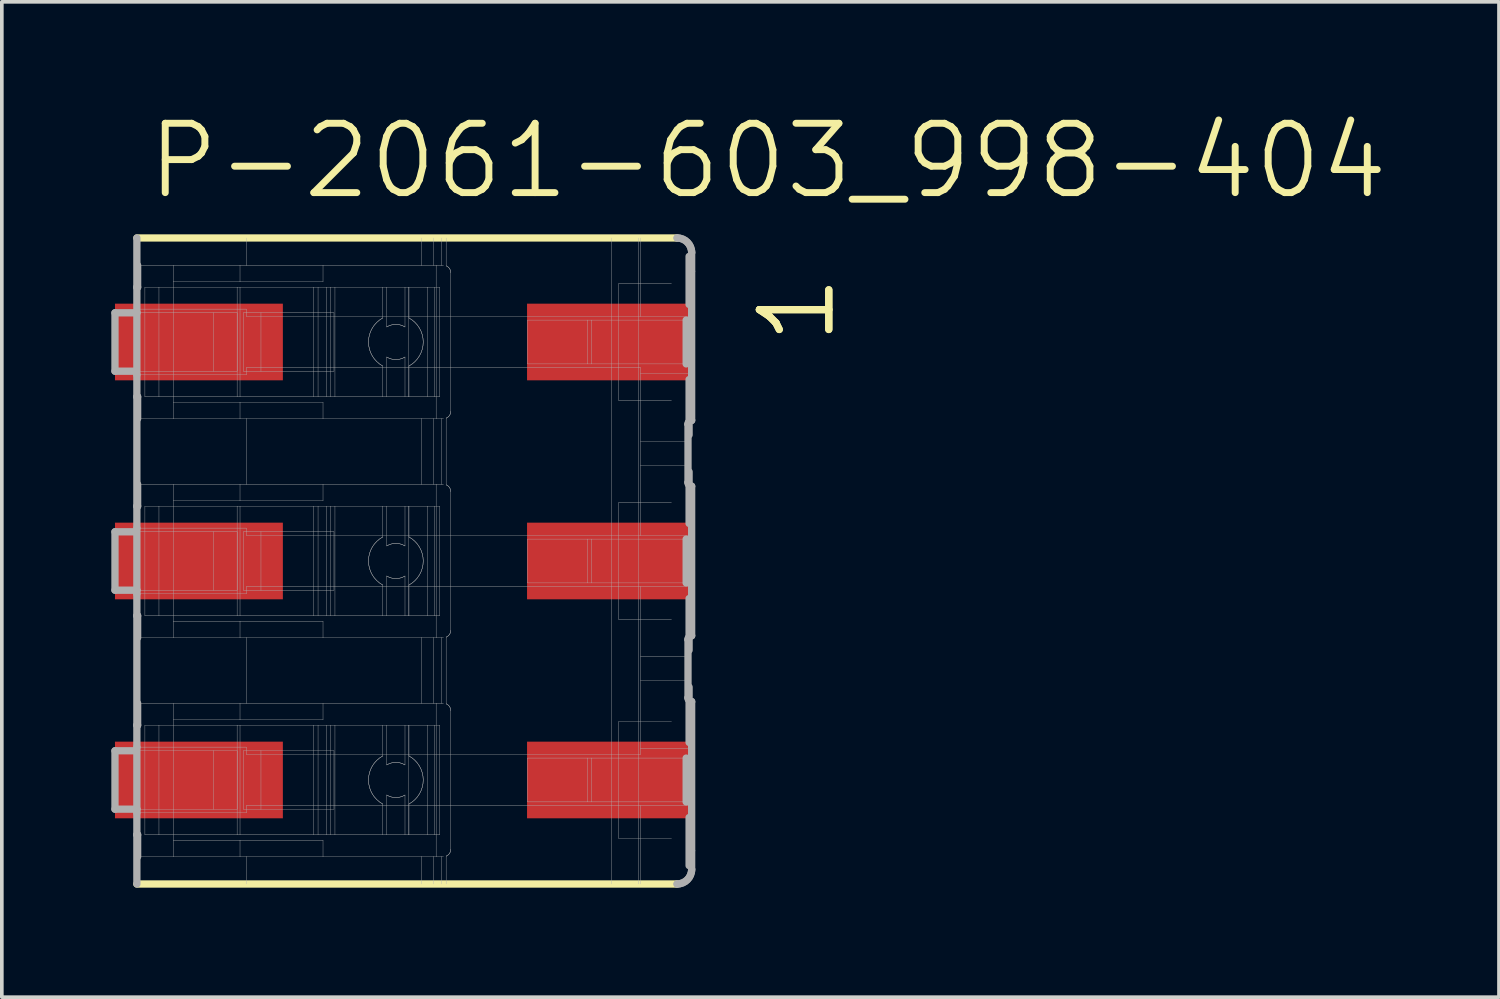
<source format=kicad_pcb>
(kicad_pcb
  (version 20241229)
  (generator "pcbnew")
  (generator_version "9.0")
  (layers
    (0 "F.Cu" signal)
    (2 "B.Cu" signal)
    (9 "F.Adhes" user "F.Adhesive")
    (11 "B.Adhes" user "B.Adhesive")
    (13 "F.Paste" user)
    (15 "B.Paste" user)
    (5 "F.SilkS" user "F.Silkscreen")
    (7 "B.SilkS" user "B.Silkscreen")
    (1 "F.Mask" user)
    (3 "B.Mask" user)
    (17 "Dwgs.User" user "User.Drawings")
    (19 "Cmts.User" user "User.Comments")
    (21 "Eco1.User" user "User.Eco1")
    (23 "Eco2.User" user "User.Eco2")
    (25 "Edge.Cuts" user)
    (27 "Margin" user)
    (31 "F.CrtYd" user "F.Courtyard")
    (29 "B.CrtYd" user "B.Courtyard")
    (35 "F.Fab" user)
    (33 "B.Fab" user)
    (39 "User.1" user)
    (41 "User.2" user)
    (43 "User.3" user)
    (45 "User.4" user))
  (footprint "P-2061-603_998-404"
    (layer "F.Cu")
    (at 8 12.32)
    (property "Reference" "P-2061-603_998-404" (at -7.1 -9.85 0) (layer "F.SilkS") (effects (font (size 1.9 1.9) (thickness 0.19)) (justify left bottom)))
    (attr through_hole)
    (fp_line (start 7.495 -8.85) (end -7.3 -8.85) (stroke (width 0.2) (type solid)) (layer "F.SilkS"))
    (fp_line (start 7.495 8.85) (end -7.3 8.85) (stroke (width 0.2) (type solid)) (layer "F.SilkS"))
    (fp_line (start -7.9 -6.8) (end -7.3 -6.8) (stroke (width 0.2) (type solid)) (layer "F.Fab"))
    (fp_line (start -7.9 -5.2) (end -7.9 -6.8) (stroke (width 0.2) (type solid)) (layer "F.Fab"))
    (fp_line (start -7.9 -5.2) (end -7.35 -5.2) (stroke (width 0.2) (type solid)) (layer "F.Fab"))
    (fp_line (start -7.9 -0.8) (end -7.35 -0.8) (stroke (width 0.2) (type solid)) (layer "F.Fab"))
    (fp_line (start -7.9 0.8) (end -7.9 -0.8) (stroke (width 0.2) (type solid)) (layer "F.Fab"))
    (fp_line (start -7.9 0.8) (end -7.3 0.8) (stroke (width 0.2) (type solid)) (layer "F.Fab"))
    (fp_line (start -7.9 5.2) (end -7.35 5.2) (stroke (width 0.2) (type solid)) (layer "F.Fab"))
    (fp_line (start -7.9 6.8) (end -7.9 5.2) (stroke (width 0.2) (type solid)) (layer "F.Fab"))
    (fp_line (start -7.9 6.8) (end -7.3 6.8) (stroke (width 0.2) (type solid)) (layer "F.Fab"))
    (fp_line (start -7.35 -5.2) (end -5.2 -5.2) (stroke (width 0.01) (type solid)) (layer "F.Fab"))
    (fp_line (start -7.35 -0.8) (end -5.2 -0.8) (stroke (width 0.01) (type solid)) (layer "F.Fab"))
    (fp_line (start -7.35 5.2) (end -5.2 5.2) (stroke (width 0.01) (type solid)) (layer "F.Fab"))
    (fp_line (start -7.3 -7.5) (end -7.3 -8.85) (stroke (width 0.2) (type solid)) (layer "F.Fab"))
    (fp_line (start -7.3 -6.8) (end -7.3 -7.5) (stroke (width 0.2) (type solid)) (layer "F.Fab"))
    (fp_line (start -7.3 -6.8) (end -5.2 -6.8) (stroke (width 0.01) (type solid)) (layer "F.Fab"))
    (fp_line (start -7.3 -5.1) (end -7.3 -6.8) (stroke (width 0.2) (type solid)) (layer "F.Fab"))
    (fp_line (start -7.3 -4.5) (end -7.3 -5.1) (stroke (width 0.2) (type solid)) (layer "F.Fab"))
    (fp_line (start -7.3 -1.5) (end -7.3 -4.5) (stroke (width 0.2) (type solid)) (layer "F.Fab"))
    (fp_line (start -7.3 -0.9) (end -7.3 -1.5) (stroke (width 0.2) (type solid)) (layer "F.Fab"))
    (fp_line (start -7.3 0.8) (end -7.3 -0.9) (stroke (width 0.2) (type solid)) (layer "F.Fab"))
    (fp_line (start -7.3 0.8) (end -5.2 0.8) (stroke (width 0.01) (type solid)) (layer "F.Fab"))
    (fp_line (start -7.3 0.9) (end -7.3 0.8) (stroke (width 0.2) (type solid)) (layer "F.Fab"))
    (fp_line (start -7.3 1.5) (end -7.3 0.9) (stroke (width 0.2) (type solid)) (layer "F.Fab"))
    (fp_line (start -7.3 4.5) (end -7.3 1.5) (stroke (width 0.2) (type solid)) (layer "F.Fab"))
    (fp_line (start -7.3 5.1) (end -7.3 4.5) (stroke (width 0.2) (type solid)) (layer "F.Fab"))
    (fp_line (start -7.3 6.8) (end -7.3 5.1) (stroke (width 0.2) (type solid)) (layer "F.Fab"))
    (fp_line (start -7.3 6.8) (end -5.2 6.8) (stroke (width 0.01) (type solid)) (layer "F.Fab"))
    (fp_line (start -7.3 6.9) (end -7.3 6.8) (stroke (width 0.2) (type solid)) (layer "F.Fab"))
    (fp_line (start -7.3 7.5) (end -7.3 6.9) (stroke (width 0.2) (type solid)) (layer "F.Fab"))
    (fp_line (start -7.3 8.85) (end -7.3 7.5) (stroke (width 0.2) (type solid)) (layer "F.Fab"))
    (fp_line (start -7.279 -8.1) (end -7.279 -7.5) (stroke (width 0.2) (type solid)) (layer "F.Fab"))
    (fp_line (start -7.279 -7.5) (end -7.3 -7.5) (stroke (width 0.2) (type solid)) (layer "F.Fab"))
    (fp_line (start -7.279 -4.5) (end -7.3 -4.5) (stroke (width 0.2) (type solid)) (layer "F.Fab"))
    (fp_line (start -7.279 -4.5) (end -7.279 -3.9) (stroke (width 0.2) (type solid)) (layer "F.Fab"))
    (fp_line (start -7.279 -3.9) (end -6.3 -3.9) (stroke (width 0.01) (type solid)) (layer "F.Fab"))
    (fp_line (start -7.279 -2.1) (end -7.279 -1.5) (stroke (width 0.2) (type solid)) (layer "F.Fab"))
    (fp_line (start -7.279 -1.5) (end -7.3 -1.5) (stroke (width 0.2) (type solid)) (layer "F.Fab"))
    (fp_line (start -7.279 1.5) (end -7.3 1.5) (stroke (width 0.2) (type solid)) (layer "F.Fab"))
    (fp_line (start -7.279 1.5) (end -7.279 2.1) (stroke (width 0.2) (type solid)) (layer "F.Fab"))
    (fp_line (start -7.279 2.1) (end -6.3 2.1) (stroke (width 0.01) (type solid)) (layer "F.Fab"))
    (fp_line (start -7.279 3.9) (end -7.279 4.5) (stroke (width 0.2) (type solid)) (layer "F.Fab"))
    (fp_line (start -7.279 4.5) (end -7.3 4.5) (stroke (width 0.2) (type solid)) (layer "F.Fab"))
    (fp_line (start -7.279 7.5) (end -7.3 7.5) (stroke (width 0.2) (type solid)) (layer "F.Fab"))
    (fp_line (start -7.279 7.5) (end -7.279 8.1) (stroke (width 0.2) (type solid)) (layer "F.Fab"))
    (fp_line (start -7.279 8.1) (end -6.3 8.1) (stroke (width 0.01) (type solid)) (layer "F.Fab"))
    (fp_line (start -7.08 -4.5) (end -7.08 -7.5) (stroke (width 0.01) (type solid)) (layer "F.Fab"))
    (fp_line (start -7.08 1.5) (end -7.08 -1.5) (stroke (width 0.01) (type solid)) (layer "F.Fab"))
    (fp_line (start -7.08 7.5) (end -7.08 4.5) (stroke (width 0.01) (type solid)) (layer "F.Fab"))
    (fp_line (start -6.695 -7.5) (end -7.08 -7.5) (stroke (width 0.01) (type solid)) (layer "F.Fab"))
    (fp_line (start -6.695 -4.5) (end -7.08 -4.5) (stroke (width 0.01) (type solid)) (layer "F.Fab"))
    (fp_line (start -6.695 -4.5) (end -6.695 -7.5) (stroke (width 0.01) (type solid)) (layer "F.Fab"))
    (fp_line (start -6.695 -1.5) (end -7.08 -1.5) (stroke (width 0.01) (type solid)) (layer "F.Fab"))
    (fp_line (start -6.695 1.5) (end -7.08 1.5) (stroke (width 0.01) (type solid)) (layer "F.Fab"))
    (fp_line (start -6.695 1.5) (end -6.695 -1.5) (stroke (width 0.01) (type solid)) (layer "F.Fab"))
    (fp_line (start -6.695 4.5) (end -7.08 4.5) (stroke (width 0.01) (type solid)) (layer "F.Fab"))
    (fp_line (start -6.695 7.5) (end -7.08 7.5) (stroke (width 0.01) (type solid)) (layer "F.Fab"))
    (fp_line (start -6.695 7.5) (end -6.695 4.5) (stroke (width 0.01) (type solid)) (layer "F.Fab"))
    (fp_line (start -6.3 -8.1) (end -7.279 -8.1) (stroke (width 0.01) (type solid)) (layer "F.Fab"))
    (fp_line (start -6.3 -7.65) (end -6.3 -8.1) (stroke (width 0.01) (type solid)) (layer "F.Fab"))
    (fp_line (start -6.3 -4.35) (end -6.3 -7.65) (stroke (width 0.01) (type solid)) (layer "F.Fab"))
    (fp_line (start -6.3 -3.9) (end -6.3 -4.35) (stroke (width 0.01) (type solid)) (layer "F.Fab"))
    (fp_line (start -6.3 -3.9) (end -4.474 -3.9) (stroke (width 0.01) (type solid)) (layer "F.Fab"))
    (fp_line (start -6.3 -2.1) (end -7.279 -2.1) (stroke (width 0.01) (type solid)) (layer "F.Fab"))
    (fp_line (start -6.3 -1.65) (end -6.3 -2.1) (stroke (width 0.01) (type solid)) (layer "F.Fab"))
    (fp_line (start -6.3 1.65) (end -6.3 -1.65) (stroke (width 0.01) (type solid)) (layer "F.Fab"))
    (fp_line (start -6.3 2.1) (end -6.3 1.65) (stroke (width 0.01) (type solid)) (layer "F.Fab"))
    (fp_line (start -6.3 2.1) (end -4.474 2.1) (stroke (width 0.01) (type solid)) (layer "F.Fab"))
    (fp_line (start -6.3 3.9) (end -7.279 3.9) (stroke (width 0.01) (type solid)) (layer "F.Fab"))
    (fp_line (start -6.3 4.35) (end -6.3 3.9) (stroke (width 0.01) (type solid)) (layer "F.Fab"))
    (fp_line (start -6.3 7.65) (end -6.3 4.35) (stroke (width 0.01) (type solid)) (layer "F.Fab"))
    (fp_line (start -6.3 8.1) (end -6.3 7.65) (stroke (width 0.01) (type solid)) (layer "F.Fab"))
    (fp_line (start -6.3 8.1) (end -4.474 8.1) (stroke (width 0.01) (type solid)) (layer "F.Fab"))
    (fp_line (start -5.2 -6.8) (end -4.552 -6.8) (stroke (width 0.01) (type solid)) (layer "F.Fab"))
    (fp_line (start -5.2 -5.2) (end -5.2 -6.8) (stroke (width 0.01) (type solid)) (layer "F.Fab"))
    (fp_line (start -5.2 -5.2) (end -4.552 -5.2) (stroke (width 0.01) (type solid)) (layer "F.Fab"))
    (fp_line (start -5.2 -0.8) (end -4.552 -0.8) (stroke (width 0.01) (type solid)) (layer "F.Fab"))
    (fp_line (start -5.2 0.8) (end -5.2 -0.8) (stroke (width 0.01) (type solid)) (layer "F.Fab"))
    (fp_line (start -5.2 0.8) (end -4.552 0.8) (stroke (width 0.01) (type solid)) (layer "F.Fab"))
    (fp_line (start -5.2 5.2) (end -4.552 5.2) (stroke (width 0.01) (type solid)) (layer "F.Fab"))
    (fp_line (start -5.2 6.8) (end -5.2 5.2) (stroke (width 0.01) (type solid)) (layer "F.Fab"))
    (fp_line (start -5.2 6.8) (end -4.552 6.8) (stroke (width 0.01) (type solid)) (layer "F.Fab"))
    (fp_line (start -4.553 -7.5) (end -6.695 -7.5) (stroke (width 0.01) (type solid)) (layer "F.Fab"))
    (fp_line (start -4.553 -4.5) (end -6.695 -4.5) (stroke (width 0.01) (type solid)) (layer "F.Fab"))
    (fp_line (start -4.553 -4.5) (end -4.553 -7.5) (stroke (width 0.01) (type solid)) (layer "F.Fab"))
    (fp_line (start -4.553 -1.5) (end -6.695 -1.5) (stroke (width 0.01) (type solid)) (layer "F.Fab"))
    (fp_line (start -4.553 1.5) (end -6.695 1.5) (stroke (width 0.01) (type solid)) (layer "F.Fab"))
    (fp_line (start -4.553 1.5) (end -4.553 -1.5) (stroke (width 0.01) (type solid)) (layer "F.Fab"))
    (fp_line (start -4.553 4.5) (end -6.695 4.5) (stroke (width 0.01) (type solid)) (layer "F.Fab"))
    (fp_line (start -4.553 7.5) (end -6.695 7.5) (stroke (width 0.01) (type solid)) (layer "F.Fab"))
    (fp_line (start -4.553 7.5) (end -4.553 4.5) (stroke (width 0.01) (type solid)) (layer "F.Fab"))
    (fp_line (start -4.552 -6.8) (end -4.552 -5.2) (stroke (width 0.01) (type solid)) (layer "F.Fab"))
    (fp_line (start -4.552 -0.8) (end -4.552 0.8) (stroke (width 0.01) (type solid)) (layer "F.Fab"))
    (fp_line (start -4.552 5.2) (end -4.552 6.8) (stroke (width 0.01) (type solid)) (layer "F.Fab"))
    (fp_line (start -4.474 -8.1) (end -6.3 -8.1) (stroke (width 0.01) (type solid)) (layer "F.Fab"))
    (fp_line (start -4.474 -7.65) (end -6.3 -7.65) (stroke (width 0.01) (type solid)) (layer "F.Fab"))
    (fp_line (start -4.474 -7.65) (end -4.474 -8.1) (stroke (width 0.01) (type solid)) (layer "F.Fab"))
    (fp_line (start -4.474 -7.5) (end -4.553 -7.5) (stroke (width 0.01) (type solid)) (layer "F.Fab"))
    (fp_line (start -4.474 -4.5) (end -4.553 -4.5) (stroke (width 0.01) (type solid)) (layer "F.Fab"))
    (fp_line (start -4.474 -4.5) (end -4.474 -7.5) (stroke (width 0.01) (type solid)) (layer "F.Fab"))
    (fp_line (start -4.474 -4.35) (end -6.3 -4.35) (stroke (width 0.01) (type solid)) (layer "F.Fab"))
    (fp_line (start -4.474 -4.35) (end -4.474 -3.9) (stroke (width 0.01) (type solid)) (layer "F.Fab"))
    (fp_line (start -4.474 -3.9) (end -4.3 -3.9) (stroke (width 0.01) (type solid)) (layer "F.Fab"))
    (fp_line (start -4.474 -2.1) (end -6.3 -2.1) (stroke (width 0.01) (type solid)) (layer "F.Fab"))
    (fp_line (start -4.474 -1.65) (end -6.3 -1.65) (stroke (width 0.01) (type solid)) (layer "F.Fab"))
    (fp_line (start -4.474 -1.65) (end -4.474 -2.1) (stroke (width 0.01) (type solid)) (layer "F.Fab"))
    (fp_line (start -4.474 -1.5) (end -4.553 -1.5) (stroke (width 0.01) (type solid)) (layer "F.Fab"))
    (fp_line (start -4.474 1.5) (end -4.553 1.5) (stroke (width 0.01) (type solid)) (layer "F.Fab"))
    (fp_line (start -4.474 1.5) (end -4.474 -1.5) (stroke (width 0.01) (type solid)) (layer "F.Fab"))
    (fp_line (start -4.474 1.65) (end -6.3 1.65) (stroke (width 0.01) (type solid)) (layer "F.Fab"))
    (fp_line (start -4.474 1.65) (end -4.474 2.1) (stroke (width 0.01) (type solid)) (layer "F.Fab"))
    (fp_line (start -4.474 2.1) (end -4.3 2.1) (stroke (width 0.01) (type solid)) (layer "F.Fab"))
    (fp_line (start -4.474 3.9) (end -6.3 3.9) (stroke (width 0.01) (type solid)) (layer "F.Fab"))
    (fp_line (start -4.474 4.35) (end -6.3 4.35) (stroke (width 0.01) (type solid)) (layer "F.Fab"))
    (fp_line (start -4.474 4.35) (end -4.474 3.9) (stroke (width 0.01) (type solid)) (layer "F.Fab"))
    (fp_line (start -4.474 4.5) (end -4.553 4.5) (stroke (width 0.01) (type solid)) (layer "F.Fab"))
    (fp_line (start -4.474 7.5) (end -4.553 7.5) (stroke (width 0.01) (type solid)) (layer "F.Fab"))
    (fp_line (start -4.474 7.5) (end -4.474 4.5) (stroke (width 0.01) (type solid)) (layer "F.Fab"))
    (fp_line (start -4.474 7.65) (end -6.3 7.65) (stroke (width 0.01) (type solid)) (layer "F.Fab"))
    (fp_line (start -4.474 7.65) (end -4.474 8.1) (stroke (width 0.01) (type solid)) (layer "F.Fab"))
    (fp_line (start -4.474 8.1) (end -4.3 8.1) (stroke (width 0.01) (type solid)) (layer "F.Fab"))
    (fp_line (start -4.382 -5.2) (end -4.382 -6.8) (stroke (width 0.01) (type solid)) (layer "F.Fab"))
    (fp_line (start -4.382 0.8) (end -4.382 -0.8) (stroke (width 0.01) (type solid)) (layer "F.Fab"))
    (fp_line (start -4.382 6.8) (end -4.382 5.2) (stroke (width 0.01) (type solid)) (layer "F.Fab"))
    (fp_line (start -4.3 -8.1) (end -4.474 -8.1) (stroke (width 0.01) (type solid)) (layer "F.Fab"))
    (fp_line (start -4.3 -8.1) (end -4.3 -8.85) (stroke (width 0.01) (type solid)) (layer "F.Fab"))
    (fp_line (start -4.3 -6.9) (end -7.3 -6.9) (stroke (width 0.01) (type solid)) (layer "F.Fab"))
    (fp_line (start -4.3 -6.7) (end -4.3 -6.9) (stroke (width 0.01) (type solid)) (layer "F.Fab"))
    (fp_line (start -4.3 -6.7) (end 6.5 -6.7) (stroke (width 0.01) (type solid)) (layer "F.Fab"))
    (fp_line (start -4.3 -5.3) (end 6.5 -5.3) (stroke (width 0.01) (type solid)) (layer "F.Fab"))
    (fp_line (start -4.3 -5.1) (end -7.3 -5.1) (stroke (width 0.01) (type solid)) (layer "F.Fab"))
    (fp_line (start -4.3 -5.1) (end -4.3 -5.3) (stroke (width 0.01) (type solid)) (layer "F.Fab"))
    (fp_line (start -4.3 -3.9) (end -2.2 -3.9) (stroke (width 0.01) (type solid)) (layer "F.Fab"))
    (fp_line (start -4.3 -2.1) (end -4.474 -2.1) (stroke (width 0.01) (type solid)) (layer "F.Fab"))
    (fp_line (start -4.3 -2.1) (end -4.3 -3.9) (stroke (width 0.01) (type solid)) (layer "F.Fab"))
    (fp_line (start -4.3 -0.9) (end -7.3 -0.9) (stroke (width 0.01) (type solid)) (layer "F.Fab"))
    (fp_line (start -4.3 -0.7) (end -4.3 -0.9) (stroke (width 0.01) (type solid)) (layer "F.Fab"))
    (fp_line (start -4.3 -0.7) (end 6.5 -0.7) (stroke (width 0.01) (type solid)) (layer "F.Fab"))
    (fp_line (start -4.3 0.7) (end 6.5 0.7) (stroke (width 0.01) (type solid)) (layer "F.Fab"))
    (fp_line (start -4.3 0.9) (end -7.3 0.9) (stroke (width 0.01) (type solid)) (layer "F.Fab"))
    (fp_line (start -4.3 0.9) (end -4.3 0.7) (stroke (width 0.01) (type solid)) (layer "F.Fab"))
    (fp_line (start -4.3 2.1) (end -2.2 2.1) (stroke (width 0.01) (type solid)) (layer "F.Fab"))
    (fp_line (start -4.3 3.9) (end -4.474 3.9) (stroke (width 0.01) (type solid)) (layer "F.Fab"))
    (fp_line (start -4.3 3.9) (end -4.3 2.1) (stroke (width 0.01) (type solid)) (layer "F.Fab"))
    (fp_line (start -4.3 5.1) (end -7.3 5.1) (stroke (width 0.01) (type solid)) (layer "F.Fab"))
    (fp_line (start -4.3 5.3) (end -4.3 5.1) (stroke (width 0.01) (type solid)) (layer "F.Fab"))
    (fp_line (start -4.3 5.3) (end 6.5 5.3) (stroke (width 0.01) (type solid)) (layer "F.Fab"))
    (fp_line (start -4.3 6.7) (end 6.5 6.7) (stroke (width 0.01) (type solid)) (layer "F.Fab"))
    (fp_line (start -4.3 6.9) (end -7.3 6.9) (stroke (width 0.01) (type solid)) (layer "F.Fab"))
    (fp_line (start -4.3 6.9) (end -4.3 6.7) (stroke (width 0.01) (type solid)) (layer "F.Fab"))
    (fp_line (start -4.3 8.1) (end -2.2 8.1) (stroke (width 0.01) (type solid)) (layer "F.Fab"))
    (fp_line (start -4.3 8.85) (end -4.3 8.1) (stroke (width 0.01) (type solid)) (layer "F.Fab"))
    (fp_line (start -3.9 -6.8) (end -4.382 -6.8) (stroke (width 0.01) (type solid)) (layer "F.Fab"))
    (fp_line (start -3.9 -5.2) (end -4.382 -5.2) (stroke (width 0.01) (type solid)) (layer "F.Fab"))
    (fp_line (start -3.9 -5.2) (end -3.9 -6.8) (stroke (width 0.01) (type solid)) (layer "F.Fab"))
    (fp_line (start -3.9 -0.8) (end -4.382 -0.8) (stroke (width 0.01) (type solid)) (layer "F.Fab"))
    (fp_line (start -3.9 0.8) (end -4.382 0.8) (stroke (width 0.01) (type solid)) (layer "F.Fab"))
    (fp_line (start -3.9 0.8) (end -3.9 -0.8) (stroke (width 0.01) (type solid)) (layer "F.Fab"))
    (fp_line (start -3.9 5.2) (end -4.382 5.2) (stroke (width 0.01) (type solid)) (layer "F.Fab"))
    (fp_line (start -3.9 6.8) (end -4.382 6.8) (stroke (width 0.01) (type solid)) (layer "F.Fab"))
    (fp_line (start -3.9 6.8) (end -3.9 5.2) (stroke (width 0.01) (type solid)) (layer "F.Fab"))
    (fp_line (start -2.457 -7.5) (end -4.474 -7.5) (stroke (width 0.01) (type solid)) (layer "F.Fab"))
    (fp_line (start -2.457 -4.5) (end -4.474 -4.5) (stroke (width 0.01) (type solid)) (layer "F.Fab"))
    (fp_line (start -2.457 -4.5) (end -2.457 -7.5) (stroke (width 0.01) (type solid)) (layer "F.Fab"))
    (fp_line (start -2.457 -1.5) (end -4.474 -1.5) (stroke (width 0.01) (type solid)) (layer "F.Fab"))
    (fp_line (start -2.457 1.5) (end -4.474 1.5) (stroke (width 0.01) (type solid)) (layer "F.Fab"))
    (fp_line (start -2.457 1.5) (end -2.457 -1.5) (stroke (width 0.01) (type solid)) (layer "F.Fab"))
    (fp_line (start -2.457 4.5) (end -4.474 4.5) (stroke (width 0.01) (type solid)) (layer "F.Fab"))
    (fp_line (start -2.457 7.5) (end -4.474 7.5) (stroke (width 0.01) (type solid)) (layer "F.Fab"))
    (fp_line (start -2.457 7.5) (end -2.457 4.5) (stroke (width 0.01) (type solid)) (layer "F.Fab"))
    (fp_line (start -2.336 -7.5) (end -2.457 -7.5) (stroke (width 0.01) (type solid)) (layer "F.Fab"))
    (fp_line (start -2.336 -4.5) (end -2.457 -4.5) (stroke (width 0.01) (type solid)) (layer "F.Fab"))
    (fp_line (start -2.336 -4.5) (end -2.336 -7.5) (stroke (width 0.01) (type solid)) (layer "F.Fab"))
    (fp_line (start -2.336 -1.5) (end -2.457 -1.5) (stroke (width 0.01) (type solid)) (layer "F.Fab"))
    (fp_line (start -2.336 1.5) (end -2.457 1.5) (stroke (width 0.01) (type solid)) (layer "F.Fab"))
    (fp_line (start -2.336 1.5) (end -2.336 -1.5) (stroke (width 0.01) (type solid)) (layer "F.Fab"))
    (fp_line (start -2.336 4.5) (end -2.457 4.5) (stroke (width 0.01) (type solid)) (layer "F.Fab"))
    (fp_line (start -2.336 7.5) (end -2.457 7.5) (stroke (width 0.01) (type solid)) (layer "F.Fab"))
    (fp_line (start -2.336 7.5) (end -2.336 4.5) (stroke (width 0.01) (type solid)) (layer "F.Fab"))
    (fp_line (start -2.2 -8.1) (end -4.3 -8.1) (stroke (width 0.01) (type solid)) (layer "F.Fab"))
    (fp_line (start -2.2 -7.65) (end -4.474 -7.65) (stroke (width 0.01) (type solid)) (layer "F.Fab"))
    (fp_line (start -2.2 -7.65) (end -2.2 -8.1) (stroke (width 0.01) (type solid)) (layer "F.Fab"))
    (fp_line (start -2.2 -4.35) (end -4.474 -4.35) (stroke (width 0.01) (type solid)) (layer "F.Fab"))
    (fp_line (start -2.2 -4.35) (end -2.2 -3.9) (stroke (width 0.01) (type solid)) (layer "F.Fab"))
    (fp_line (start -2.2 -3.9) (end 0.507 -3.9) (stroke (width 0.01) (type solid)) (layer "F.Fab"))
    (fp_line (start -2.2 -2.1) (end -4.3 -2.1) (stroke (width 0.01) (type solid)) (layer "F.Fab"))
    (fp_line (start -2.2 -1.65) (end -4.474 -1.65) (stroke (width 0.01) (type solid)) (layer "F.Fab"))
    (fp_line (start -2.2 -1.65) (end -2.2 -2.1) (stroke (width 0.01) (type solid)) (layer "F.Fab"))
    (fp_line (start -2.2 1.65) (end -4.474 1.65) (stroke (width 0.01) (type solid)) (layer "F.Fab"))
    (fp_line (start -2.2 1.65) (end -2.2 2.1) (stroke (width 0.01) (type solid)) (layer "F.Fab"))
    (fp_line (start -2.2 2.1) (end 0.507 2.1) (stroke (width 0.01) (type solid)) (layer "F.Fab"))
    (fp_line (start -2.2 3.9) (end -4.3 3.9) (stroke (width 0.01) (type solid)) (layer "F.Fab"))
    (fp_line (start -2.2 4.35) (end -4.474 4.35) (stroke (width 0.01) (type solid)) (layer "F.Fab"))
    (fp_line (start -2.2 4.35) (end -2.2 3.9) (stroke (width 0.01) (type solid)) (layer "F.Fab"))
    (fp_line (start -2.2 7.65) (end -4.474 7.65) (stroke (width 0.01) (type solid)) (layer "F.Fab"))
    (fp_line (start -2.2 7.65) (end -2.2 8.1) (stroke (width 0.01) (type solid)) (layer "F.Fab"))
    (fp_line (start -2.2 8.1) (end 0.507 8.1) (stroke (width 0.01) (type solid)) (layer "F.Fab"))
    (fp_line (start -2.104 -7.5) (end -2.336 -7.5) (stroke (width 0.01) (type solid)) (layer "F.Fab"))
    (fp_line (start -2.104 -4.5) (end -2.336 -4.5) (stroke (width 0.01) (type solid)) (layer "F.Fab"))
    (fp_line (start -2.104 -4.5) (end -2.104 -7.5) (stroke (width 0.01) (type solid)) (layer "F.Fab"))
    (fp_line (start -2.104 -1.5) (end -2.336 -1.5) (stroke (width 0.01) (type solid)) (layer "F.Fab"))
    (fp_line (start -2.104 1.5) (end -2.336 1.5) (stroke (width 0.01) (type solid)) (layer "F.Fab"))
    (fp_line (start -2.104 1.5) (end -2.104 -1.5) (stroke (width 0.01) (type solid)) (layer "F.Fab"))
    (fp_line (start -2.104 4.5) (end -2.336 4.5) (stroke (width 0.01) (type solid)) (layer "F.Fab"))
    (fp_line (start -2.104 7.5) (end -2.336 7.5) (stroke (width 0.01) (type solid)) (layer "F.Fab"))
    (fp_line (start -2.104 7.5) (end -2.104 4.5) (stroke (width 0.01) (type solid)) (layer "F.Fab"))
    (fp_line (start -1.988 -7.5) (end -2.104 -7.5) (stroke (width 0.01) (type solid)) (layer "F.Fab"))
    (fp_line (start -1.988 -4.5) (end -2.104 -4.5) (stroke (width 0.01) (type solid)) (layer "F.Fab"))
    (fp_line (start -1.988 -4.5) (end -1.988 -7.5) (stroke (width 0.01) (type solid)) (layer "F.Fab"))
    (fp_line (start -1.988 -1.5) (end -2.104 -1.5) (stroke (width 0.01) (type solid)) (layer "F.Fab"))
    (fp_line (start -1.988 1.5) (end -2.104 1.5) (stroke (width 0.01) (type solid)) (layer "F.Fab"))
    (fp_line (start -1.988 1.5) (end -1.988 -1.5) (stroke (width 0.01) (type solid)) (layer "F.Fab"))
    (fp_line (start -1.988 4.5) (end -2.104 4.5) (stroke (width 0.01) (type solid)) (layer "F.Fab"))
    (fp_line (start -1.988 7.5) (end -2.104 7.5) (stroke (width 0.01) (type solid)) (layer "F.Fab"))
    (fp_line (start -1.988 7.5) (end -1.988 4.5) (stroke (width 0.01) (type solid)) (layer "F.Fab"))
    (fp_line (start -1.9 -6.8) (end -3.9 -6.8) (stroke (width 0.01) (type solid)) (layer "F.Fab"))
    (fp_line (start -1.9 -5.2) (end -3.9 -5.2) (stroke (width 0.01) (type solid)) (layer "F.Fab"))
    (fp_line (start -1.9 -5.2) (end -1.9 -6.8) (stroke (width 0.01) (type solid)) (layer "F.Fab"))
    (fp_line (start -1.9 -0.8) (end -3.9 -0.8) (stroke (width 0.01) (type solid)) (layer "F.Fab"))
    (fp_line (start -1.9 0.8) (end -3.9 0.8) (stroke (width 0.01) (type solid)) (layer "F.Fab"))
    (fp_line (start -1.9 0.8) (end -1.9 -0.8) (stroke (width 0.01) (type solid)) (layer "F.Fab"))
    (fp_line (start -1.9 5.2) (end -3.9 5.2) (stroke (width 0.01) (type solid)) (layer "F.Fab"))
    (fp_line (start -1.9 6.8) (end -3.9 6.8) (stroke (width 0.01) (type solid)) (layer "F.Fab"))
    (fp_line (start -1.9 6.8) (end -1.9 5.2) (stroke (width 0.01) (type solid)) (layer "F.Fab"))
    (fp_line (start -1.873 -7.5) (end -1.988 -7.5) (stroke (width 0.01) (type solid)) (layer "F.Fab"))
    (fp_line (start -1.873 -4.5) (end -1.988 -4.5) (stroke (width 0.01) (type solid)) (layer "F.Fab"))
    (fp_line (start -1.873 -4.5) (end -1.873 -7.5) (stroke (width 0.01) (type solid)) (layer "F.Fab"))
    (fp_line (start -1.873 -1.5) (end -1.988 -1.5) (stroke (width 0.01) (type solid)) (layer "F.Fab"))
    (fp_line (start -1.873 1.5) (end -1.988 1.5) (stroke (width 0.01) (type solid)) (layer "F.Fab"))
    (fp_line (start -1.873 1.5) (end -1.873 -1.5) (stroke (width 0.01) (type solid)) (layer "F.Fab"))
    (fp_line (start -1.873 4.5) (end -1.988 4.5) (stroke (width 0.01) (type solid)) (layer "F.Fab"))
    (fp_line (start -1.873 7.5) (end -1.988 7.5) (stroke (width 0.01) (type solid)) (layer "F.Fab"))
    (fp_line (start -1.873 7.5) (end -1.873 4.5) (stroke (width 0.01) (type solid)) (layer "F.Fab"))
    (fp_line (start -0.563 -7.5) (end -1.873 -7.5) (stroke (width 0.01) (type solid)) (layer "F.Fab"))
    (fp_line (start -0.563 -6.658) (end -0.563 -7.5) (stroke (width 0.01) (type solid)) (layer "F.Fab"))
    (fp_line (start -0.563 -4.5) (end -1.873 -4.5) (stroke (width 0.01) (type solid)) (layer "F.Fab"))
    (fp_line (start -0.563 -4.5) (end -0.563 -5.342) (stroke (width 0.01) (type solid)) (layer "F.Fab"))
    (fp_line (start -0.563 -1.5) (end -1.873 -1.5) (stroke (width 0.01) (type solid)) (layer "F.Fab"))
    (fp_line (start -0.563 -0.658) (end -0.563 -1.5) (stroke (width 0.01) (type solid)) (layer "F.Fab"))
    (fp_line (start -0.563 1.5) (end -1.873 1.5) (stroke (width 0.01) (type solid)) (layer "F.Fab"))
    (fp_line (start -0.563 1.5) (end -0.563 0.658) (stroke (width 0.01) (type solid)) (layer "F.Fab"))
    (fp_line (start -0.563 4.5) (end -1.873 4.5) (stroke (width 0.01) (type solid)) (layer "F.Fab"))
    (fp_line (start -0.563 5.342) (end -0.563 4.5) (stroke (width 0.01) (type solid)) (layer "F.Fab"))
    (fp_line (start -0.563 7.5) (end -1.873 7.5) (stroke (width 0.01) (type solid)) (layer "F.Fab"))
    (fp_line (start -0.563 7.5) (end -0.563 6.658) (stroke (width 0.01) (type solid)) (layer "F.Fab"))
    (fp_line (start -0.454 -7.5) (end -0.563 -7.5) (stroke (width 0.01) (type solid)) (layer "F.Fab"))
    (fp_line (start -0.454 -6.412) (end -0.454 -7.5) (stroke (width 0.01) (type solid)) (layer "F.Fab"))
    (fp_line (start -0.454 -4.5) (end -0.563 -4.5) (stroke (width 0.01) (type solid)) (layer "F.Fab"))
    (fp_line (start -0.454 -4.5) (end -0.454 -5.588) (stroke (width 0.01) (type solid)) (layer "F.Fab"))
    (fp_line (start -0.454 -1.5) (end -0.563 -1.5) (stroke (width 0.01) (type solid)) (layer "F.Fab"))
    (fp_line (start -0.454 -0.412) (end -0.454 -1.5) (stroke (width 0.01) (type solid)) (layer "F.Fab"))
    (fp_line (start -0.454 1.5) (end -0.563 1.5) (stroke (width 0.01) (type solid)) (layer "F.Fab"))
    (fp_line (start -0.454 1.5) (end -0.454 0.412) (stroke (width 0.01) (type solid)) (layer "F.Fab"))
    (fp_line (start -0.454 4.5) (end -0.563 4.5) (stroke (width 0.01) (type solid)) (layer "F.Fab"))
    (fp_line (start -0.454 5.588) (end -0.454 4.5) (stroke (width 0.01) (type solid)) (layer "F.Fab"))
    (fp_line (start -0.454 7.5) (end -0.563 7.5) (stroke (width 0.01) (type solid)) (layer "F.Fab"))
    (fp_line (start -0.454 7.5) (end -0.454 6.412) (stroke (width 0.01) (type solid)) (layer "F.Fab"))
    (fp_line (start 0.046 -7.5) (end -0.454 -7.5) (stroke (width 0.01) (type solid)) (layer "F.Fab"))
    (fp_line (start 0.046 -6.412) (end 0.046 -7.5) (stroke (width 0.01) (type solid)) (layer "F.Fab"))
    (fp_line (start 0.046 -4.5) (end -0.454 -4.5) (stroke (width 0.01) (type solid)) (layer "F.Fab"))
    (fp_line (start 0.046 -4.5) (end 0.046 -5.588) (stroke (width 0.01) (type solid)) (layer "F.Fab"))
    (fp_line (start 0.046 -1.5) (end -0.454 -1.5) (stroke (width 0.01) (type solid)) (layer "F.Fab"))
    (fp_line (start 0.046 -0.412) (end 0.046 -1.5) (stroke (width 0.01) (type solid)) (layer "F.Fab"))
    (fp_line (start 0.046 1.5) (end -0.454 1.5) (stroke (width 0.01) (type solid)) (layer "F.Fab"))
    (fp_line (start 0.046 1.5) (end 0.046 0.412) (stroke (width 0.01) (type solid)) (layer "F.Fab"))
    (fp_line (start 0.046 4.5) (end -0.454 4.5) (stroke (width 0.01) (type solid)) (layer "F.Fab"))
    (fp_line (start 0.046 5.588) (end 0.046 4.5) (stroke (width 0.01) (type solid)) (layer "F.Fab"))
    (fp_line (start 0.046 7.5) (end -0.454 7.5) (stroke (width 0.01) (type solid)) (layer "F.Fab"))
    (fp_line (start 0.046 7.5) (end 0.046 6.412) (stroke (width 0.01) (type solid)) (layer "F.Fab"))
    (fp_line (start 0.151 -7.5) (end 0.046 -7.5) (stroke (width 0.01) (type solid)) (layer "F.Fab"))
    (fp_line (start 0.151 -4.5) (end 0.046 -4.5) (stroke (width 0.01) (type solid)) (layer "F.Fab"))
    (fp_line (start 0.151 -4.5) (end 0.151 -7.5) (stroke (width 0.01) (type solid)) (layer "F.Fab"))
    (fp_line (start 0.151 -1.5) (end 0.046 -1.5) (stroke (width 0.01) (type solid)) (layer "F.Fab"))
    (fp_line (start 0.151 1.5) (end 0.046 1.5) (stroke (width 0.01) (type solid)) (layer "F.Fab"))
    (fp_line (start 0.151 1.5) (end 0.151 -1.5) (stroke (width 0.01) (type solid)) (layer "F.Fab"))
    (fp_line (start 0.151 4.5) (end 0.046 4.5) (stroke (width 0.01) (type solid)) (layer "F.Fab"))
    (fp_line (start 0.151 7.5) (end 0.046 7.5) (stroke (width 0.01) (type solid)) (layer "F.Fab"))
    (fp_line (start 0.151 7.5) (end 0.151 4.5) (stroke (width 0.01) (type solid)) (layer "F.Fab"))
    (fp_line (start 0.155 -7.5) (end 0.151 -7.5) (stroke (width 0.01) (type solid)) (layer "F.Fab"))
    (fp_line (start 0.155 -6.658) (end 0.155 -7.5) (stroke (width 0.01) (type solid)) (layer "F.Fab"))
    (fp_line (start 0.155 -4.5) (end 0.151 -4.5) (stroke (width 0.01) (type solid)) (layer "F.Fab"))
    (fp_line (start 0.155 -4.5) (end 0.155 -5.342) (stroke (width 0.01) (type solid)) (layer "F.Fab"))
    (fp_line (start 0.155 -1.5) (end 0.151 -1.5) (stroke (width 0.01) (type solid)) (layer "F.Fab"))
    (fp_line (start 0.155 -0.658) (end 0.155 -1.5) (stroke (width 0.01) (type solid)) (layer "F.Fab"))
    (fp_line (start 0.155 1.5) (end 0.151 1.5) (stroke (width 0.01) (type solid)) (layer "F.Fab"))
    (fp_line (start 0.155 1.5) (end 0.155 0.658) (stroke (width 0.01) (type solid)) (layer "F.Fab"))
    (fp_line (start 0.155 4.5) (end 0.151 4.5) (stroke (width 0.01) (type solid)) (layer "F.Fab"))
    (fp_line (start 0.155 5.342) (end 0.155 4.5) (stroke (width 0.01) (type solid)) (layer "F.Fab"))
    (fp_line (start 0.155 7.5) (end 0.151 7.5) (stroke (width 0.01) (type solid)) (layer "F.Fab"))
    (fp_line (start 0.155 7.5) (end 0.155 6.658) (stroke (width 0.01) (type solid)) (layer "F.Fab"))
    (fp_line (start 0.507 -8.1) (end -2.2 -8.1) (stroke (width 0.01) (type solid)) (layer "F.Fab"))
    (fp_line (start 0.507 -8.1) (end 0.507 -8.85) (stroke (width 0.01) (type solid)) (layer "F.Fab"))
    (fp_line (start 0.507 -3.9) (end 0.832 -3.9) (stroke (width 0.01) (type solid)) (layer "F.Fab"))
    (fp_line (start 0.507 -2.1) (end -2.2 -2.1) (stroke (width 0.01) (type solid)) (layer "F.Fab"))
    (fp_line (start 0.507 -2.1) (end 0.507 -3.9) (stroke (width 0.01) (type solid)) (layer "F.Fab"))
    (fp_line (start 0.507 2.1) (end 0.832 2.1) (stroke (width 0.01) (type solid)) (layer "F.Fab"))
    (fp_line (start 0.507 3.9) (end -2.2 3.9) (stroke (width 0.01) (type solid)) (layer "F.Fab"))
    (fp_line (start 0.507 3.9) (end 0.507 2.1) (stroke (width 0.01) (type solid)) (layer "F.Fab"))
    (fp_line (start 0.507 8.1) (end 0.832 8.1) (stroke (width 0.01) (type solid)) (layer "F.Fab"))
    (fp_line (start 0.507 8.85) (end 0.507 8.1) (stroke (width 0.01) (type solid)) (layer "F.Fab"))
    (fp_line (start 0.655 -7.5) (end 0.155 -7.5) (stroke (width 0.01) (type solid)) (layer "F.Fab"))
    (fp_line (start 0.655 -4.5) (end 0.155 -4.5) (stroke (width 0.01) (type solid)) (layer "F.Fab"))
    (fp_line (start 0.655 -4.5) (end 0.655 -7.5) (stroke (width 0.01) (type solid)) (layer "F.Fab"))
    (fp_line (start 0.655 -1.5) (end 0.155 -1.5) (stroke (width 0.01) (type solid)) (layer "F.Fab"))
    (fp_line (start 0.655 1.5) (end 0.155 1.5) (stroke (width 0.01) (type solid)) (layer "F.Fab"))
    (fp_line (start 0.655 1.5) (end 0.655 -1.5) (stroke (width 0.01) (type solid)) (layer "F.Fab"))
    (fp_line (start 0.655 4.5) (end 0.155 4.5) (stroke (width 0.01) (type solid)) (layer "F.Fab"))
    (fp_line (start 0.655 7.5) (end 0.155 7.5) (stroke (width 0.01) (type solid)) (layer "F.Fab"))
    (fp_line (start 0.655 7.5) (end 0.655 4.5) (stroke (width 0.01) (type solid)) (layer "F.Fab"))
    (fp_line (start 0.832 -8.1) (end 0.507 -8.1) (stroke (width 0.01) (type solid)) (layer "F.Fab"))
    (fp_line (start 0.832 -8.1) (end 0.832 -8.85) (stroke (width 0.01) (type solid)) (layer "F.Fab"))
    (fp_line (start 0.832 -3.9) (end 0.9 -3.9) (stroke (width 0.01) (type solid)) (layer "F.Fab"))
    (fp_line (start 0.832 -2.1) (end 0.507 -2.1) (stroke (width 0.01) (type solid)) (layer "F.Fab"))
    (fp_line (start 0.832 -2.1) (end 0.832 -3.9) (stroke (width 0.01) (type solid)) (layer "F.Fab"))
    (fp_line (start 0.832 2.1) (end 0.9 2.1) (stroke (width 0.01) (type solid)) (layer "F.Fab"))
    (fp_line (start 0.832 3.9) (end 0.507 3.9) (stroke (width 0.01) (type solid)) (layer "F.Fab"))
    (fp_line (start 0.832 3.9) (end 0.832 2.1) (stroke (width 0.01) (type solid)) (layer "F.Fab"))
    (fp_line (start 0.832 8.1) (end 0.9 8.1) (stroke (width 0.01) (type solid)) (layer "F.Fab"))
    (fp_line (start 0.832 8.85) (end 0.832 8.1) (stroke (width 0.01) (type solid)) (layer "F.Fab"))
    (fp_line (start 0.853 -7.5) (end 0.655 -7.5) (stroke (width 0.01) (type solid)) (layer "F.Fab"))
    (fp_line (start 0.853 -4.5) (end 0.655 -4.5) (stroke (width 0.01) (type solid)) (layer "F.Fab"))
    (fp_line (start 0.853 -4.5) (end 0.853 -7.5) (stroke (width 0.01) (type solid)) (layer "F.Fab"))
    (fp_line (start 0.853 -1.5) (end 0.655 -1.5) (stroke (width 0.01) (type solid)) (layer "F.Fab"))
    (fp_line (start 0.853 1.5) (end 0.655 1.5) (stroke (width 0.01) (type solid)) (layer "F.Fab"))
    (fp_line (start 0.853 1.5) (end 0.853 -1.5) (stroke (width 0.01) (type solid)) (layer "F.Fab"))
    (fp_line (start 0.853 4.5) (end 0.655 4.5) (stroke (width 0.01) (type solid)) (layer "F.Fab"))
    (fp_line (start 0.853 7.5) (end 0.655 7.5) (stroke (width 0.01) (type solid)) (layer "F.Fab"))
    (fp_line (start 0.853 7.5) (end 0.853 4.5) (stroke (width 0.01) (type solid)) (layer "F.Fab"))
    (fp_line (start 0.9 -8.1) (end 0.832 -8.1) (stroke (width 0.01) (type solid)) (layer "F.Fab"))
    (fp_line (start 0.9 -3.9) (end 0.9 -8.1) (stroke (width 0.01) (type solid)) (layer "F.Fab"))
    (fp_line (start 0.9 -3.9) (end 1.044 -3.9) (stroke (width 0.01) (type solid)) (layer "F.Fab"))
    (fp_line (start 0.9 -2.1) (end 0.832 -2.1) (stroke (width 0.01) (type solid)) (layer "F.Fab"))
    (fp_line (start 0.9 2.1) (end 0.9 -2.1) (stroke (width 0.01) (type solid)) (layer "F.Fab"))
    (fp_line (start 0.9 2.1) (end 1.044 2.1) (stroke (width 0.01) (type solid)) (layer "F.Fab"))
    (fp_line (start 0.9 3.9) (end 0.832 3.9) (stroke (width 0.01) (type solid)) (layer "F.Fab"))
    (fp_line (start 0.9 8.1) (end 0.9 3.9) (stroke (width 0.01) (type solid)) (layer "F.Fab"))
    (fp_line (start 0.9 8.1) (end 1.044 8.1) (stroke (width 0.01) (type solid)) (layer "F.Fab"))
    (fp_line (start 1 -7.5) (end 0.853 -7.5) (stroke (width 0.01) (type solid)) (layer "F.Fab"))
    (fp_line (start 1 -4.5) (end 0.853 -4.5) (stroke (width 0.01) (type solid)) (layer "F.Fab"))
    (fp_line (start 1 -4.5) (end 1 -7.5) (stroke (width 0.01) (type solid)) (layer "F.Fab"))
    (fp_line (start 1 -1.5) (end 0.853 -1.5) (stroke (width 0.01) (type solid)) (layer "F.Fab"))
    (fp_line (start 1 1.5) (end 0.853 1.5) (stroke (width 0.01) (type solid)) (layer "F.Fab"))
    (fp_line (start 1 1.5) (end 1 -1.5) (stroke (width 0.01) (type solid)) (layer "F.Fab"))
    (fp_line (start 1 4.5) (end 0.853 4.5) (stroke (width 0.01) (type solid)) (layer "F.Fab"))
    (fp_line (start 1 7.5) (end 0.853 7.5) (stroke (width 0.01) (type solid)) (layer "F.Fab"))
    (fp_line (start 1 7.5) (end 1 4.5) (stroke (width 0.01) (type solid)) (layer "F.Fab"))
    (fp_line (start 1.044 -8.1) (end 0.9 -8.1) (stroke (width 0.01) (type solid)) (layer "F.Fab"))
    (fp_line (start 1.044 -8.1) (end 1.044 -8.85) (stroke (width 0.01) (type solid)) (layer "F.Fab"))
    (fp_line (start 1.044 -3.9) (end 1.1 -3.9) (stroke (width 0.01) (type solid)) (layer "F.Fab"))
    (fp_line (start 1.044 -2.1) (end 0.9 -2.1) (stroke (width 0.01) (type solid)) (layer "F.Fab"))
    (fp_line (start 1.044 -2.1) (end 1.044 -3.9) (stroke (width 0.01) (type solid)) (layer "F.Fab"))
    (fp_line (start 1.044 2.1) (end 1.1 2.1) (stroke (width 0.01) (type solid)) (layer "F.Fab"))
    (fp_line (start 1.044 3.9) (end 0.9 3.9) (stroke (width 0.01) (type solid)) (layer "F.Fab"))
    (fp_line (start 1.044 3.9) (end 1.044 2.1) (stroke (width 0.01) (type solid)) (layer "F.Fab"))
    (fp_line (start 1.044 8.1) (end 1.1 8.1) (stroke (width 0.01) (type solid)) (layer "F.Fab"))
    (fp_line (start 1.044 8.85) (end 1.044 8.1) (stroke (width 0.01) (type solid)) (layer "F.Fab"))
    (fp_line (start 1.1 -8.1) (end 1.044 -8.1) (stroke (width 0.01) (type solid)) (layer "F.Fab"))
    (fp_line (start 1.1 -2.1) (end 1.044 -2.1) (stroke (width 0.01) (type solid)) (layer "F.Fab"))
    (fp_line (start 1.1 3.9) (end 1.044 3.9) (stroke (width 0.01) (type solid)) (layer "F.Fab"))
    (fp_line (start 1.174 -8.086) (end 1.174 -8.85) (stroke (width 0.01) (type solid)) (layer "F.Fab"))
    (fp_line (start 1.174 -2.086) (end 1.174 -3.914) (stroke (width 0.01) (type solid)) (layer "F.Fab"))
    (fp_line (start 1.174 3.914) (end 1.174 2.086) (stroke (width 0.01) (type solid)) (layer "F.Fab"))
    (fp_line (start 1.174 8.85) (end 1.174 8.086) (stroke (width 0.01) (type solid)) (layer "F.Fab"))
    (fp_line (start 1.3 -4.1) (end 1.3 -7.9) (stroke (width 0.01) (type solid)) (layer "F.Fab"))
    (fp_line (start 1.3 1.9) (end 1.3 -1.9) (stroke (width 0.01) (type solid)) (layer "F.Fab"))
    (fp_line (start 1.3 7.9) (end 1.3 4.1) (stroke (width 0.01) (type solid)) (layer "F.Fab"))
    (fp_line (start 3.4 -6.6) (end 5.049 -6.6) (stroke (width 0.01) (type solid)) (layer "F.Fab"))
    (fp_line (start 3.4 -5.4) (end 3.4 -6.6) (stroke (width 0.01) (type solid)) (layer "F.Fab"))
    (fp_line (start 3.4 -0.6) (end 5.049 -0.6) (stroke (width 0.01) (type solid)) (layer "F.Fab"))
    (fp_line (start 3.4 0.6) (end 3.4 -0.6) (stroke (width 0.01) (type solid)) (layer "F.Fab"))
    (fp_line (start 3.4 5.4) (end 5.049 5.4) (stroke (width 0.01) (type solid)) (layer "F.Fab"))
    (fp_line (start 3.4 6.6) (end 3.4 5.4) (stroke (width 0.01) (type solid)) (layer "F.Fab"))
    (fp_line (start 5.049 -6.6) (end 5.154 -6.6) (stroke (width 0.01) (type solid)) (layer "F.Fab"))
    (fp_line (start 5.049 -5.4) (end 3.4 -5.4) (stroke (width 0.01) (type solid)) (layer "F.Fab"))
    (fp_line (start 5.049 -5.4) (end 5.049 -6.6) (stroke (width 0.01) (type solid)) (layer "F.Fab"))
    (fp_line (start 5.049 -0.6) (end 5.154 -0.6) (stroke (width 0.01) (type solid)) (layer "F.Fab"))
    (fp_line (start 5.049 0.6) (end 3.4 0.6) (stroke (width 0.01) (type solid)) (layer "F.Fab"))
    (fp_line (start 5.049 0.6) (end 5.049 -0.6) (stroke (width 0.01) (type solid)) (layer "F.Fab"))
    (fp_line (start 5.049 5.4) (end 5.154 5.4) (stroke (width 0.01) (type solid)) (layer "F.Fab"))
    (fp_line (start 5.049 6.6) (end 3.4 6.6) (stroke (width 0.01) (type solid)) (layer "F.Fab"))
    (fp_line (start 5.049 6.6) (end 5.049 5.4) (stroke (width 0.01) (type solid)) (layer "F.Fab"))
    (fp_line (start 5.154 -6.6) (end 7.75 -6.6) (stroke (width 0.01) (type solid)) (layer "F.Fab"))
    (fp_line (start 5.154 -5.4) (end 5.049 -5.4) (stroke (width 0.01) (type solid)) (layer "F.Fab"))
    (fp_line (start 5.154 -5.4) (end 5.154 -6.6) (stroke (width 0.01) (type solid)) (layer "F.Fab"))
    (fp_line (start 5.154 -0.6) (end 7.75 -0.6) (stroke (width 0.01) (type solid)) (layer "F.Fab"))
    (fp_line (start 5.154 0.6) (end 5.049 0.6) (stroke (width 0.01) (type solid)) (layer "F.Fab"))
    (fp_line (start 5.154 0.6) (end 5.154 -0.6) (stroke (width 0.01) (type solid)) (layer "F.Fab"))
    (fp_line (start 5.154 5.4) (end 7.75 5.4) (stroke (width 0.01) (type solid)) (layer "F.Fab"))
    (fp_line (start 5.154 6.6) (end 5.049 6.6) (stroke (width 0.01) (type solid)) (layer "F.Fab"))
    (fp_line (start 5.154 6.6) (end 5.154 5.4) (stroke (width 0.01) (type solid)) (layer "F.Fab"))
    (fp_line (start 5.7 8.85) (end 5.7 -8.85) (stroke (width 0.01) (type solid)) (layer "F.Fab"))
    (fp_line (start 5.9 -7.6) (end 5.9 -4.4) (stroke (width 0.01) (type solid)) (layer "F.Fab"))
    (fp_line (start 5.9 -4.4) (end 7.348 -4.4) (stroke (width 0.01) (type solid)) (layer "F.Fab"))
    (fp_line (start 5.9 -1.6) (end 5.9 1.6) (stroke (width 0.01) (type solid)) (layer "F.Fab"))
    (fp_line (start 5.9 1.6) (end 7.348 1.6) (stroke (width 0.01) (type solid)) (layer "F.Fab"))
    (fp_line (start 5.9 4.4) (end 5.9 7.6) (stroke (width 0.01) (type solid)) (layer "F.Fab"))
    (fp_line (start 5.9 7.6) (end 7.348 7.6) (stroke (width 0.01) (type solid)) (layer "F.Fab"))
    (fp_line (start 6.444 8.85) (end 6.444 -8.85) (stroke (width 0.01) (type solid)) (layer "F.Fab"))
    (fp_line (start 6.5 -6.7) (end 6.5 -8.85) (stroke (width 0.01) (type solid)) (layer "F.Fab"))
    (fp_line (start 6.5 -6.7) (end 7.9 -6.7) (stroke (width 0.01) (type solid)) (layer "F.Fab"))
    (fp_line (start 6.5 -5.144) (end 6.5 -5.3) (stroke (width 0.01) (type solid)) (layer "F.Fab"))
    (fp_line (start 6.5 -5.144) (end 7.9 -5.144) (stroke (width 0.01) (type solid)) (layer "F.Fab"))
    (fp_line (start 6.5 -3.274) (end 6.5 -5.144) (stroke (width 0.01) (type solid)) (layer "F.Fab"))
    (fp_line (start 6.5 -3.274) (end 7.743 -3.274) (stroke (width 0.01) (type solid)) (layer "F.Fab"))
    (fp_line (start 6.5 -2.625) (end 6.5 -3.274) (stroke (width 0.01) (type solid)) (layer "F.Fab"))
    (fp_line (start 6.5 -2.625) (end 7.743 -2.625) (stroke (width 0.01) (type solid)) (layer "F.Fab"))
    (fp_line (start 6.5 -0.7) (end 6.5 -2.625) (stroke (width 0.01) (type solid)) (layer "F.Fab"))
    (fp_line (start 6.5 -0.7) (end 7.9 -0.7) (stroke (width 0.01) (type solid)) (layer "F.Fab"))
    (fp_line (start 6.5 0.7) (end 7.9 0.7) (stroke (width 0.01) (type solid)) (layer "F.Fab"))
    (fp_line (start 6.5 2.625) (end 6.5 0.7) (stroke (width 0.01) (type solid)) (layer "F.Fab"))
    (fp_line (start 6.5 2.625) (end 7.743 2.625) (stroke (width 0.01) (type solid)) (layer "F.Fab"))
    (fp_line (start 6.5 3.274) (end 6.5 2.625) (stroke (width 0.01) (type solid)) (layer "F.Fab"))
    (fp_line (start 6.5 3.274) (end 7.743 3.274) (stroke (width 0.01) (type solid)) (layer "F.Fab"))
    (fp_line (start 6.5 5.144) (end 6.5 3.274) (stroke (width 0.01) (type solid)) (layer "F.Fab"))
    (fp_line (start 6.5 5.3) (end 6.5 5.144) (stroke (width 0.01) (type solid)) (layer "F.Fab"))
    (fp_line (start 6.5 6.7) (end 7.9 6.7) (stroke (width 0.01) (type solid)) (layer "F.Fab"))
    (fp_line (start 6.5 8.85) (end 6.5 6.7) (stroke (width 0.01) (type solid)) (layer "F.Fab"))
    (fp_line (start 7.348 -7.6) (end 5.9 -7.6) (stroke (width 0.01) (type solid)) (layer "F.Fab"))
    (fp_line (start 7.348 -1.6) (end 5.9 -1.6) (stroke (width 0.01) (type solid)) (layer "F.Fab"))
    (fp_line (start 7.348 4.4) (end 5.9 4.4) (stroke (width 0.01) (type solid)) (layer "F.Fab"))
    (fp_line (start 7.75 -6.6) (end 7.9 -6.6) (stroke (width 0.01) (type solid)) (layer "F.Fab"))
    (fp_line (start 7.75 -5.4) (end 5.154 -5.4) (stroke (width 0.01) (type solid)) (layer "F.Fab"))
    (fp_line (start 7.75 -5.4) (end 7.75 -6.6) (stroke (width 0.2) (type solid)) (layer "F.Fab"))
    (fp_line (start 7.75 -0.6) (end 7.9 -0.6) (stroke (width 0.01) (type solid)) (layer "F.Fab"))
    (fp_line (start 7.75 0.6) (end 5.154 0.6) (stroke (width 0.01) (type solid)) (layer "F.Fab"))
    (fp_line (start 7.75 0.6) (end 7.75 -0.6) (stroke (width 0.2) (type solid)) (layer "F.Fab"))
    (fp_line (start 7.75 5.4) (end 7.9 5.4) (stroke (width 0.01) (type solid)) (layer "F.Fab"))
    (fp_line (start 7.75 6.6) (end 5.154 6.6) (stroke (width 0.01) (type solid)) (layer "F.Fab"))
    (fp_line (start 7.75 6.6) (end 7.75 5.4) (stroke (width 0.2) (type solid)) (layer "F.Fab"))
    (fp_line (start 7.8 -3.75) (end 7.8 -2.15) (stroke (width 0.2) (type solid)) (layer "F.Fab"))
    (fp_line (start 7.8 2.15) (end 7.8 3.75) (stroke (width 0.2) (type solid)) (layer "F.Fab"))
    (fp_line (start 7.83 -7.029) (end 7.83 -8.346) (stroke (width 0.2) (type solid)) (layer "F.Fab"))
    (fp_line (start 7.83 -3.455) (end 7.83 -4.971) (stroke (width 0.2) (type solid)) (layer "F.Fab"))
    (fp_line (start 7.83 -1.029) (end 7.83 -2.444) (stroke (width 0.2) (type solid)) (layer "F.Fab"))
    (fp_line (start 7.83 2.444) (end 7.83 1.029) (stroke (width 0.2) (type solid)) (layer "F.Fab"))
    (fp_line (start 7.83 4.971) (end 7.83 3.455) (stroke (width 0.2) (type solid)) (layer "F.Fab"))
    (fp_line (start 7.83 8.346) (end 7.83 7.029) (stroke (width 0.2) (type solid)) (layer "F.Fab"))
    (fp_line (start 7.9 -8.45) (end 7.9 -7.95) (stroke (width 0.2) (type solid)) (layer "F.Fab"))
    (fp_line (start 7.9 -5.4) (end 7.75 -5.4) (stroke (width 0.01) (type solid)) (layer "F.Fab"))
    (fp_line (start 7.9 -3.881) (end 7.9 -7.921) (stroke (width 0.2) (type solid)) (layer "F.Fab"))
    (fp_line (start 7.9 0.6) (end 7.75 0.6) (stroke (width 0.01) (type solid)) (layer "F.Fab"))
    (fp_line (start 7.9 2.017) (end 7.9 -2.017) (stroke (width 0.2) (type solid)) (layer "F.Fab"))
    (fp_line (start 7.9 5.144) (end 6.5 5.144) (stroke (width 0.01) (type solid)) (layer "F.Fab"))
    (fp_line (start 7.9 6.6) (end 7.75 6.6) (stroke (width 0.01) (type solid)) (layer "F.Fab"))
    (fp_line (start 7.9 7.921) (end 7.9 3.881) (stroke (width 0.2) (type solid)) (layer "F.Fab"))
    (fp_line (start 7.9 8.45) (end 7.9 7.95) (stroke (width 0.2) (type solid)) (layer "F.Fab"))
    (fp_arc (start -0.563399 -5.3416) (mid -0.954208 -6) (end -0.5634 -6.6584) (stroke (width 0.01) (type solid)) (layer "F.Fab"))
    (fp_arc (start -0.563399 -5.3416) (mid -0.954208 -6) (end -0.5634 -6.6584) (stroke (width 0.01) (type solid)) (layer "F.Fab"))
    (fp_arc (start -0.563399 0.6584) (mid -0.954208 0) (end -0.5634 -0.6584) (stroke (width 0.01) (type solid)) (layer "F.Fab"))
    (fp_arc (start -0.563399 0.6584) (mid -0.954208 0) (end -0.5634 -0.6584) (stroke (width 0.01) (type solid)) (layer "F.Fab"))
    (fp_arc (start -0.563399 6.6584) (mid -0.954208 6) (end -0.5634 5.3416) (stroke (width 0.01) (type solid)) (layer "F.Fab"))
    (fp_arc (start -0.563399 6.6584) (mid -0.954208 6) (end -0.5634 5.3416) (stroke (width 0.01) (type solid)) (layer "F.Fab"))
    (fp_arc (start -0.454201 -6.4123) (mid -0.2042 -6.482174) (end 0.0458 -6.4123) (stroke (width 0.01) (type solid)) (layer "F.Fab"))
    (fp_arc (start -0.454201 -6.4123) (mid -0.2042 -6.482174) (end 0.0458 -6.4123) (stroke (width 0.01) (type solid)) (layer "F.Fab"))
    (fp_arc (start -0.4542 -0.4123) (mid -0.2042 -0.482174) (end 0.0458 -0.4123) (stroke (width 0.01) (type solid)) (layer "F.Fab"))
    (fp_arc (start -0.4542 -0.4123) (mid -0.2042 -0.482174) (end 0.0458 -0.4123) (stroke (width 0.01) (type solid)) (layer "F.Fab"))
    (fp_arc (start -0.4542 5.5877) (mid -0.2042 5.517826) (end 0.0458 5.5877) (stroke (width 0.01) (type solid)) (layer "F.Fab"))
    (fp_arc (start -0.4542 5.5877) (mid -0.2042 5.517826) (end 0.0458 5.5877) (stroke (width 0.01) (type solid)) (layer "F.Fab"))
    (fp_arc (start 0.0458 -5.5877) (mid -0.2042 -5.517826) (end -0.4542 -5.5877) (stroke (width 0.01) (type solid)) (layer "F.Fab"))
    (fp_arc (start 0.0458 -5.5877) (mid -0.2042 -5.517826) (end -0.4542 -5.5877) (stroke (width 0.01) (type solid)) (layer "F.Fab"))
    (fp_arc (start 0.0458 0.4123) (mid -0.2042 0.482174) (end -0.4542 0.4123) (stroke (width 0.01) (type solid)) (layer "F.Fab"))
    (fp_arc (start 0.0458 0.4123) (mid -0.2042 0.482174) (end -0.4542 0.4123) (stroke (width 0.01) (type solid)) (layer "F.Fab"))
    (fp_arc (start 0.045801 6.4123) (mid -0.2042 6.482174) (end -0.4542 6.4123) (stroke (width 0.01) (type solid)) (layer "F.Fab"))
    (fp_arc (start 0.045801 6.4123) (mid -0.2042 6.482174) (end -0.4542 6.4123) (stroke (width 0.01) (type solid)) (layer "F.Fab"))
    (fp_arc (start 0.155001 -6.6584) (mid 0.54581 -6) (end 0.155 -5.3416) (stroke (width 0.01) (type solid)) (layer "F.Fab"))
    (fp_arc (start 0.155001 -6.6584) (mid 0.54581 -6) (end 0.155 -5.3416) (stroke (width 0.01) (type solid)) (layer "F.Fab"))
    (fp_arc (start 0.155001 -0.6584) (mid 0.54581 0) (end 0.155 0.6584) (stroke (width 0.01) (type solid)) (layer "F.Fab"))
    (fp_arc (start 0.155001 -0.6584) (mid 0.54581 0) (end 0.155 0.6584) (stroke (width 0.01) (type solid)) (layer "F.Fab"))
    (fp_arc (start 0.155001 5.3416) (mid 0.54581 6) (end 0.155 6.6584) (stroke (width 0.01) (type solid)) (layer "F.Fab"))
    (fp_arc (start 0.155001 5.3416) (mid 0.54581 6) (end 0.155 6.6584) (stroke (width 0.01) (type solid)) (layer "F.Fab"))
    (fp_arc (start 1.173999 -8.0858) (mid 1.265527 -8.012246) (end 1.3 -7.9) (stroke (width 0.01) (type solid)) (layer "F.Fab"))
    (fp_arc (start 1.173999 -8.0858) (mid 1.265527 -8.012246) (end 1.3 -7.9) (stroke (width 0.01) (type solid)) (layer "F.Fab"))
    (fp_arc (start 1.173999 -2.0858) (mid 1.265527 -2.012246) (end 1.3 -1.9) (stroke (width 0.01) (type solid)) (layer "F.Fab"))
    (fp_arc (start 1.173999 -2.0858) (mid 1.265527 -2.012246) (end 1.3 -1.9) (stroke (width 0.01) (type solid)) (layer "F.Fab"))
    (fp_arc (start 1.174 3.9142) (mid 1.265528 3.987754) (end 1.3 4.1) (stroke (width 0.01) (type solid)) (layer "F.Fab"))
    (fp_arc (start 1.174 3.9142) (mid 1.265528 3.987754) (end 1.3 4.1) (stroke (width 0.01) (type solid)) (layer "F.Fab"))
    (fp_arc (start 1.3 -4.1) (mid 1.265528 -3.987754) (end 1.174 -3.9142) (stroke (width 0.01) (type solid)) (layer "F.Fab"))
    (fp_arc (start 1.3 -4.1) (mid 1.265528 -3.987754) (end 1.174 -3.9142) (stroke (width 0.01) (type solid)) (layer "F.Fab"))
    (fp_arc (start 1.300001 1.899999) (mid 1.265529 2.012246) (end 1.174 2.0858) (stroke (width 0.01) (type solid)) (layer "F.Fab"))
    (fp_arc (start 1.300001 1.899999) (mid 1.265529 2.012246) (end 1.174 2.0858) (stroke (width 0.01) (type solid)) (layer "F.Fab"))
    (fp_arc (start 1.300001 7.899999) (mid 1.265529 8.012246) (end 1.174 8.0858) (stroke (width 0.01) (type solid)) (layer "F.Fab"))
    (fp_arc (start 1.300001 7.899999) (mid 1.265529 8.012246) (end 1.174 8.0858) (stroke (width 0.01) (type solid)) (layer "F.Fab"))
    (fp_arc (start 7.5 -8.85) (mid 7.782843 -8.732843) (end 7.9 -8.45) (stroke (width 0.2) (type solid)) (layer "F.Fab"))
    (fp_arc (start 7.5 -8.85) (mid 7.782843 -8.732843) (end 7.9 -8.45) (stroke (width 0.2) (type solid)) (layer "F.Fab"))
    (fp_arc (start 7.8 -3.75) (mid 7.829289 -3.820711) (end 7.9 -3.85) (stroke (width 0.2) (type solid)) (layer "F.Fab"))
    (fp_arc (start 7.8 -3.75) (mid 7.829289 -3.820711) (end 7.9 -3.85) (stroke (width 0.2) (type solid)) (layer "F.Fab"))
    (fp_arc (start 7.8 2.15) (mid 7.829289 2.079289) (end 7.9 2.05) (stroke (width 0.2) (type solid)) (layer "F.Fab"))
    (fp_arc (start 7.8 2.15) (mid 7.829289 2.079289) (end 7.9 2.05) (stroke (width 0.2) (type solid)) (layer "F.Fab"))
    (fp_arc (start 7.9 -2.05) (mid 7.829289 -2.079289) (end 7.8 -2.15) (stroke (width 0.2) (type solid)) (layer "F.Fab"))
    (fp_arc (start 7.9 -2.05) (mid 7.829289 -2.079289) (end 7.8 -2.15) (stroke (width 0.2) (type solid)) (layer "F.Fab"))
    (fp_arc (start 7.9 3.85) (mid 7.829289 3.820711) (end 7.8 3.75) (stroke (width 0.2) (type solid)) (layer "F.Fab"))
    (fp_arc (start 7.9 3.85) (mid 7.829289 3.820711) (end 7.8 3.75) (stroke (width 0.2) (type solid)) (layer "F.Fab"))
    (fp_arc (start 7.9 8.45) (mid 7.782843 8.732843) (end 7.5 8.85) (stroke (width 0.2) (type solid)) (layer "F.Fab"))
    (fp_arc (start 7.9 8.45) (mid 7.782843 8.732843) (end 7.5 8.85) (stroke (width 0.2) (type solid)) (layer "F.Fab"))
    (fp_text user "1" (at 11.9 -5.85 90) (layer "F.SilkS") (effects (font (size 1.9 1.9) (thickness 0.2)) (justify left bottom)))
    (fp_text user "1" (at 11.9 -5.85 90) (layer "F.SilkS") (effects (font (size 1.9 1.9) (thickness 0.2)) (justify left bottom)))
    (pad "1" smd rect (at -5.6 -6) (size 4.6 2.1) (layers "F.Cu" "F.Mask" "F.Paste"))
    (pad "1" smd rect (at 5.69 -6) (size 4.6 2.1) (layers "F.Cu" "F.Mask" "F.Paste"))
    (pad "2" smd rect (at -5.6 0) (size 4.6 2.1) (layers "F.Cu" "F.Mask" "F.Paste"))
    (pad "2" smd rect (at 5.69 0) (size 4.6 2.1) (layers "F.Cu" "F.Mask" "F.Paste"))
    (pad "3" smd rect (at -5.6 6) (size 4.6 2.1) (layers "F.Cu" "F.Mask" "F.Paste"))
    (pad "3" smd rect (at 5.69 6) (size 4.6 2.1) (layers "F.Cu" "F.Mask" "F.Paste")))
  (gr_rect
    (start -3 -3)
    (end 38.019 24.27)
    (stroke (width 0.1) (type default))
    (fill no)
    (layer "Edge.Cuts")))
</source>
